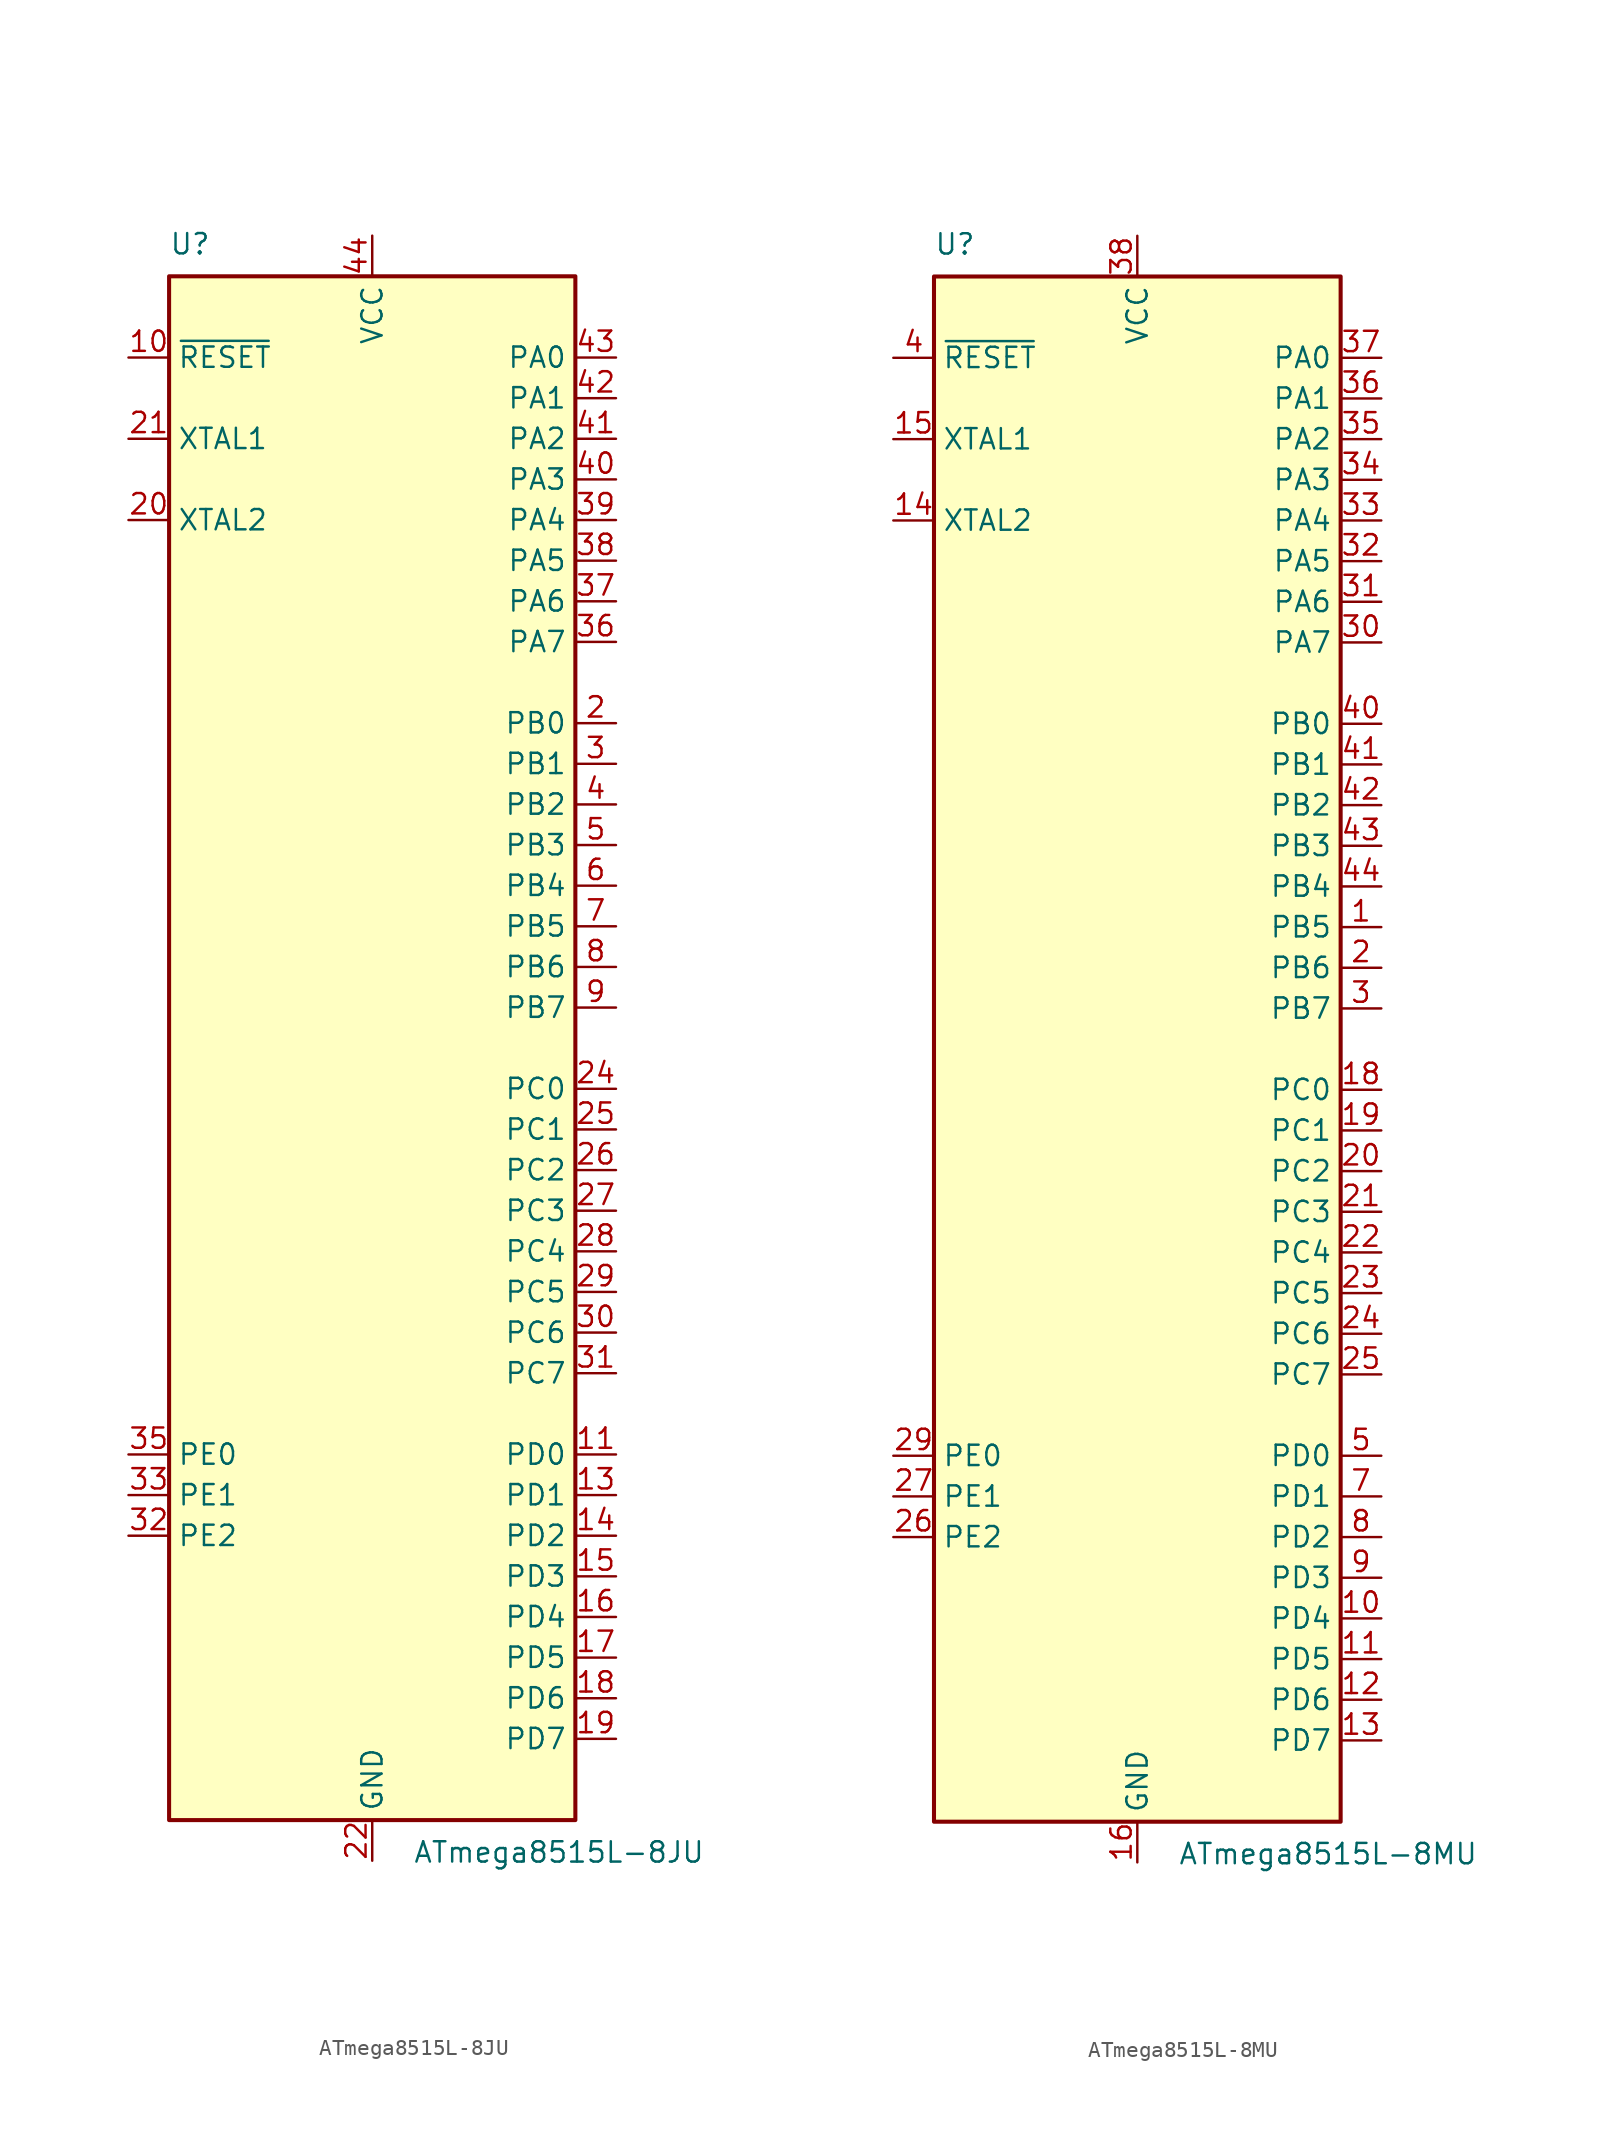
<source format=kicad_sym>
(kicad_symbol_lib
  (version 20211014)
  (generator kicad_symbol_editor)
  (symbol "ATmega8515L-8JU"
    (property "Reference" "U"
      (at -12.7 49.53 0)
      (effects (font (size 1.27 1.27)) (justify left bottom)))
    (property "Value" "ATmega8515L-8JU"
      (at 2.54 -49.53 0)
      (effects (font (size 1.27 1.27)) (justify left top)))
    (symbol "ATmega8515L-8JU_0_1"
      (rectangle (start -12.7 -48.26) (end 12.7 48.26) (stroke (width 0.254) (type default) (color 0 0 0 0)) (fill (type background))))
    (symbol "ATmega8515L-8JU_1_1"
      (pin no_connect line (at -12.7 -38.1 0) (length 2.54) hide (name "NC" (effects (font (size 1.27 1.27)))) (number "1" (effects (font (size 1.27 1.27)))))
      (pin input line (at -15.24 43.18 0) (length 2.54) (name "~{RESET}" (effects (font (size 1.27 1.27)))) (number "10" (effects (font (size 1.27 1.27)))))
      (pin bidirectional line (at 15.24 -25.4 180) (length 2.54) (name "PD0" (effects (font (size 1.27 1.27)))) (number "11" (effects (font (size 1.27 1.27)))))
      (pin no_connect line (at -12.7 -40.64 0) (length 2.54) hide (name "NC" (effects (font (size 1.27 1.27)))) (number "12" (effects (font (size 1.27 1.27)))))
      (pin bidirectional line (at 15.24 -27.94 180) (length 2.54) (name "PD1" (effects (font (size 1.27 1.27)))) (number "13" (effects (font (size 1.27 1.27)))))
      (pin bidirectional line (at 15.24 -30.48 180) (length 2.54) (name "PD2" (effects (font (size 1.27 1.27)))) (number "14" (effects (font (size 1.27 1.27)))))
      (pin bidirectional line (at 15.24 -33.02 180) (length 2.54) (name "PD3" (effects (font (size 1.27 1.27)))) (number "15" (effects (font (size 1.27 1.27)))))
      (pin bidirectional line (at 15.24 -35.56 180) (length 2.54) (name "PD4" (effects (font (size 1.27 1.27)))) (number "16" (effects (font (size 1.27 1.27)))))
      (pin bidirectional line (at 15.24 -38.1 180) (length 2.54) (name "PD5" (effects (font (size 1.27 1.27)))) (number "17" (effects (font (size 1.27 1.27)))))
      (pin bidirectional line (at 15.24 -40.64 180) (length 2.54) (name "PD6" (effects (font (size 1.27 1.27)))) (number "18" (effects (font (size 1.27 1.27)))))
      (pin bidirectional line (at 15.24 -43.18 180) (length 2.54) (name "PD7" (effects (font (size 1.27 1.27)))) (number "19" (effects (font (size 1.27 1.27)))))
      (pin bidirectional line (at 15.24 20.32 180) (length 2.54) (name "PB0" (effects (font (size 1.27 1.27)))) (number "2" (effects (font (size 1.27 1.27)))))
      (pin output line (at -15.24 33.02 0) (length 2.54) (name "XTAL2" (effects (font (size 1.27 1.27)))) (number "20" (effects (font (size 1.27 1.27)))))
      (pin input line (at -15.24 38.1 0) (length 2.54) (name "XTAL1" (effects (font (size 1.27 1.27)))) (number "21" (effects (font (size 1.27 1.27)))))
      (pin power_in line (at 0 -50.8 90) (length 2.54) (name "GND" (effects (font (size 1.27 1.27)))) (number "22" (effects (font (size 1.27 1.27)))))
      (pin no_connect line (at -12.7 -43.18 0) (length 2.54) hide (name "NC" (effects (font (size 1.27 1.27)))) (number "23" (effects (font (size 1.27 1.27)))))
      (pin bidirectional line (at 15.24 -2.54 180) (length 2.54) (name "PC0" (effects (font (size 1.27 1.27)))) (number "24" (effects (font (size 1.27 1.27)))))
      (pin bidirectional line (at 15.24 -5.08 180) (length 2.54) (name "PC1" (effects (font (size 1.27 1.27)))) (number "25" (effects (font (size 1.27 1.27)))))
      (pin bidirectional line (at 15.24 -7.62 180) (length 2.54) (name "PC2" (effects (font (size 1.27 1.27)))) (number "26" (effects (font (size 1.27 1.27)))))
      (pin bidirectional line (at 15.24 -10.16 180) (length 2.54) (name "PC3" (effects (font (size 1.27 1.27)))) (number "27" (effects (font (size 1.27 1.27)))))
      (pin bidirectional line (at 15.24 -12.7 180) (length 2.54) (name "PC4" (effects (font (size 1.27 1.27)))) (number "28" (effects (font (size 1.27 1.27)))))
      (pin bidirectional line (at 15.24 -15.24 180) (length 2.54) (name "PC5" (effects (font (size 1.27 1.27)))) (number "29" (effects (font (size 1.27 1.27)))))
      (pin bidirectional line (at 15.24 17.78 180) (length 2.54) (name "PB1" (effects (font (size 1.27 1.27)))) (number "3" (effects (font (size 1.27 1.27)))))
      (pin bidirectional line (at 15.24 -17.78 180) (length 2.54) (name "PC6" (effects (font (size 1.27 1.27)))) (number "30" (effects (font (size 1.27 1.27)))))
      (pin bidirectional line (at 15.24 -20.32 180) (length 2.54) (name "PC7" (effects (font (size 1.27 1.27)))) (number "31" (effects (font (size 1.27 1.27)))))
      (pin bidirectional line (at -15.24 -30.48 0) (length 2.54) (name "PE2" (effects (font (size 1.27 1.27)))) (number "32" (effects (font (size 1.27 1.27)))))
      (pin bidirectional line (at -15.24 -27.94 0) (length 2.54) (name "PE1" (effects (font (size 1.27 1.27)))) (number "33" (effects (font (size 1.27 1.27)))))
      (pin no_connect line (at -12.7 -45.72 0) (length 2.54) hide (name "NC" (effects (font (size 1.27 1.27)))) (number "34" (effects (font (size 1.27 1.27)))))
      (pin bidirectional line (at -15.24 -25.4 0) (length 2.54) (name "PE0" (effects (font (size 1.27 1.27)))) (number "35" (effects (font (size 1.27 1.27)))))
      (pin bidirectional line (at 15.24 25.4 180) (length 2.54) (name "PA7" (effects (font (size 1.27 1.27)))) (number "36" (effects (font (size 1.27 1.27)))))
      (pin bidirectional line (at 15.24 27.94 180) (length 2.54) (name "PA6" (effects (font (size 1.27 1.27)))) (number "37" (effects (font (size 1.27 1.27)))))
      (pin bidirectional line (at 15.24 30.48 180) (length 2.54) (name "PA5" (effects (font (size 1.27 1.27)))) (number "38" (effects (font (size 1.27 1.27)))))
      (pin bidirectional line (at 15.24 33.02 180) (length 2.54) (name "PA4" (effects (font (size 1.27 1.27)))) (number "39" (effects (font (size 1.27 1.27)))))
      (pin bidirectional line (at 15.24 15.24 180) (length 2.54) (name "PB2" (effects (font (size 1.27 1.27)))) (number "4" (effects (font (size 1.27 1.27)))))
      (pin bidirectional line (at 15.24 35.56 180) (length 2.54) (name "PA3" (effects (font (size 1.27 1.27)))) (number "40" (effects (font (size 1.27 1.27)))))
      (pin bidirectional line (at 15.24 38.1 180) (length 2.54) (name "PA2" (effects (font (size 1.27 1.27)))) (number "41" (effects (font (size 1.27 1.27)))))
      (pin bidirectional line (at 15.24 40.64 180) (length 2.54) (name "PA1" (effects (font (size 1.27 1.27)))) (number "42" (effects (font (size 1.27 1.27)))))
      (pin bidirectional line (at 15.24 43.18 180) (length 2.54) (name "PA0" (effects (font (size 1.27 1.27)))) (number "43" (effects (font (size 1.27 1.27)))))
      (pin power_in line (at 0 50.8 270) (length 2.54) (name "VCC" (effects (font (size 1.27 1.27)))) (number "44" (effects (font (size 1.27 1.27)))))
      (pin bidirectional line (at 15.24 12.7 180) (length 2.54) (name "PB3" (effects (font (size 1.27 1.27)))) (number "5" (effects (font (size 1.27 1.27)))))
      (pin bidirectional line (at 15.24 10.16 180) (length 2.54) (name "PB4" (effects (font (size 1.27 1.27)))) (number "6" (effects (font (size 1.27 1.27)))))
      (pin bidirectional line (at 15.24 7.62 180) (length 2.54) (name "PB5" (effects (font (size 1.27 1.27)))) (number "7" (effects (font (size 1.27 1.27)))))
      (pin bidirectional line (at 15.24 5.08 180) (length 2.54) (name "PB6" (effects (font (size 1.27 1.27)))) (number "8" (effects (font (size 1.27 1.27)))))
      (pin bidirectional line (at 15.24 2.54 180) (length 2.54) (name "PB7" (effects (font (size 1.27 1.27)))) (number "9" (effects (font (size 1.27 1.27)))))))
  (symbol "ATmega8515L-8MU"
    (property "Reference" "U"
      (at -12.7 49.53 0)
      (effects (font (size 1.27 1.27)) (justify left bottom)))
    (property "Value" "ATmega8515L-8MU"
      (at 2.54 -49.53 0)
      (effects (font (size 1.27 1.27)) (justify left top)))
    (symbol "ATmega8515L-8MU_0_1"
      (rectangle (start -12.7 -48.26) (end 12.7 48.26) (stroke (width 0.254) (type default) (color 0 0 0 0)) (fill (type background))))
    (symbol "ATmega8515L-8MU_1_1"
      (pin bidirectional line (at 15.24 7.62 180) (length 2.54) (name "PB5" (effects (font (size 1.27 1.27)))) (number "1" (effects (font (size 1.27 1.27)))))
      (pin bidirectional line (at 15.24 -35.56 180) (length 2.54) (name "PD4" (effects (font (size 1.27 1.27)))) (number "10" (effects (font (size 1.27 1.27)))))
      (pin bidirectional line (at 15.24 -38.1 180) (length 2.54) (name "PD5" (effects (font (size 1.27 1.27)))) (number "11" (effects (font (size 1.27 1.27)))))
      (pin bidirectional line (at 15.24 -40.64 180) (length 2.54) (name "PD6" (effects (font (size 1.27 1.27)))) (number "12" (effects (font (size 1.27 1.27)))))
      (pin bidirectional line (at 15.24 -43.18 180) (length 2.54) (name "PD7" (effects (font (size 1.27 1.27)))) (number "13" (effects (font (size 1.27 1.27)))))
      (pin output line (at -15.24 33.02 0) (length 2.54) (name "XTAL2" (effects (font (size 1.27 1.27)))) (number "14" (effects (font (size 1.27 1.27)))))
      (pin input line (at -15.24 38.1 0) (length 2.54) (name "XTAL1" (effects (font (size 1.27 1.27)))) (number "15" (effects (font (size 1.27 1.27)))))
      (pin power_in line (at 0 -50.8 90) (length 2.54) (name "GND" (effects (font (size 1.27 1.27)))) (number "16" (effects (font (size 1.27 1.27)))))
      (pin no_connect line (at -12.7 -40.64 0) (length 2.54) hide (name "NC" (effects (font (size 1.27 1.27)))) (number "17" (effects (font (size 1.27 1.27)))))
      (pin bidirectional line (at 15.24 -2.54 180) (length 2.54) (name "PC0" (effects (font (size 1.27 1.27)))) (number "18" (effects (font (size 1.27 1.27)))))
      (pin bidirectional line (at 15.24 -5.08 180) (length 2.54) (name "PC1" (effects (font (size 1.27 1.27)))) (number "19" (effects (font (size 1.27 1.27)))))
      (pin bidirectional line (at 15.24 5.08 180) (length 2.54) (name "PB6" (effects (font (size 1.27 1.27)))) (number "2" (effects (font (size 1.27 1.27)))))
      (pin bidirectional line (at 15.24 -7.62 180) (length 2.54) (name "PC2" (effects (font (size 1.27 1.27)))) (number "20" (effects (font (size 1.27 1.27)))))
      (pin bidirectional line (at 15.24 -10.16 180) (length 2.54) (name "PC3" (effects (font (size 1.27 1.27)))) (number "21" (effects (font (size 1.27 1.27)))))
      (pin bidirectional line (at 15.24 -12.7 180) (length 2.54) (name "PC4" (effects (font (size 1.27 1.27)))) (number "22" (effects (font (size 1.27 1.27)))))
      (pin bidirectional line (at 15.24 -15.24 180) (length 2.54) (name "PC5" (effects (font (size 1.27 1.27)))) (number "23" (effects (font (size 1.27 1.27)))))
      (pin bidirectional line (at 15.24 -17.78 180) (length 2.54) (name "PC6" (effects (font (size 1.27 1.27)))) (number "24" (effects (font (size 1.27 1.27)))))
      (pin bidirectional line (at 15.24 -20.32 180) (length 2.54) (name "PC7" (effects (font (size 1.27 1.27)))) (number "25" (effects (font (size 1.27 1.27)))))
      (pin bidirectional line (at -15.24 -30.48 0) (length 2.54) (name "PE2" (effects (font (size 1.27 1.27)))) (number "26" (effects (font (size 1.27 1.27)))))
      (pin bidirectional line (at -15.24 -27.94 0) (length 2.54) (name "PE1" (effects (font (size 1.27 1.27)))) (number "27" (effects (font (size 1.27 1.27)))))
      (pin no_connect line (at -12.7 -43.18 0) (length 2.54) hide (name "NC" (effects (font (size 1.27 1.27)))) (number "28" (effects (font (size 1.27 1.27)))))
      (pin bidirectional line (at -15.24 -25.4 0) (length 2.54) (name "PE0" (effects (font (size 1.27 1.27)))) (number "29" (effects (font (size 1.27 1.27)))))
      (pin bidirectional line (at 15.24 2.54 180) (length 2.54) (name "PB7" (effects (font (size 1.27 1.27)))) (number "3" (effects (font (size 1.27 1.27)))))
      (pin bidirectional line (at 15.24 25.4 180) (length 2.54) (name "PA7" (effects (font (size 1.27 1.27)))) (number "30" (effects (font (size 1.27 1.27)))))
      (pin bidirectional line (at 15.24 27.94 180) (length 2.54) (name "PA6" (effects (font (size 1.27 1.27)))) (number "31" (effects (font (size 1.27 1.27)))))
      (pin bidirectional line (at 15.24 30.48 180) (length 2.54) (name "PA5" (effects (font (size 1.27 1.27)))) (number "32" (effects (font (size 1.27 1.27)))))
      (pin bidirectional line (at 15.24 33.02 180) (length 2.54) (name "PA4" (effects (font (size 1.27 1.27)))) (number "33" (effects (font (size 1.27 1.27)))))
      (pin bidirectional line (at 15.24 35.56 180) (length 2.54) (name "PA3" (effects (font (size 1.27 1.27)))) (number "34" (effects (font (size 1.27 1.27)))))
      (pin bidirectional line (at 15.24 38.1 180) (length 2.54) (name "PA2" (effects (font (size 1.27 1.27)))) (number "35" (effects (font (size 1.27 1.27)))))
      (pin bidirectional line (at 15.24 40.64 180) (length 2.54) (name "PA1" (effects (font (size 1.27 1.27)))) (number "36" (effects (font (size 1.27 1.27)))))
      (pin bidirectional line (at 15.24 43.18 180) (length 2.54) (name "PA0" (effects (font (size 1.27 1.27)))) (number "37" (effects (font (size 1.27 1.27)))))
      (pin power_in line (at 0 50.8 270) (length 2.54) (name "VCC" (effects (font (size 1.27 1.27)))) (number "38" (effects (font (size 1.27 1.27)))))
      (pin no_connect line (at -12.7 -45.72 0) (length 2.54) hide (name "NC" (effects (font (size 1.27 1.27)))) (number "39" (effects (font (size 1.27 1.27)))))
      (pin input line (at -15.24 43.18 0) (length 2.54) (name "~{RESET}" (effects (font (size 1.27 1.27)))) (number "4" (effects (font (size 1.27 1.27)))))
      (pin bidirectional line (at 15.24 20.32 180) (length 2.54) (name "PB0" (effects (font (size 1.27 1.27)))) (number "40" (effects (font (size 1.27 1.27)))))
      (pin bidirectional line (at 15.24 17.78 180) (length 2.54) (name "PB1" (effects (font (size 1.27 1.27)))) (number "41" (effects (font (size 1.27 1.27)))))
      (pin bidirectional line (at 15.24 15.24 180) (length 2.54) (name "PB2" (effects (font (size 1.27 1.27)))) (number "42" (effects (font (size 1.27 1.27)))))
      (pin bidirectional line (at 15.24 12.7 180) (length 2.54) (name "PB3" (effects (font (size 1.27 1.27)))) (number "43" (effects (font (size 1.27 1.27)))))
      (pin bidirectional line (at 15.24 10.16 180) (length 2.54) (name "PB4" (effects (font (size 1.27 1.27)))) (number "44" (effects (font (size 1.27 1.27)))))
      (pin passive line (at 0 -50.8 90) (length 2.54) hide (name "GND" (effects (font (size 1.27 1.27)))) (number "45" (effects (font (size 1.27 1.27)))))
      (pin bidirectional line (at 15.24 -25.4 180) (length 2.54) (name "PD0" (effects (font (size 1.27 1.27)))) (number "5" (effects (font (size 1.27 1.27)))))
      (pin no_connect line (at -12.7 -38.1 0) (length 2.54) hide (name "NC" (effects (font (size 1.27 1.27)))) (number "6" (effects (font (size 1.27 1.27)))))
      (pin bidirectional line (at 15.24 -27.94 180) (length 2.54) (name "PD1" (effects (font (size 1.27 1.27)))) (number "7" (effects (font (size 1.27 1.27)))))
      (pin bidirectional line (at 15.24 -30.48 180) (length 2.54) (name "PD2" (effects (font (size 1.27 1.27)))) (number "8" (effects (font (size 1.27 1.27)))))
      (pin bidirectional line (at 15.24 -33.02 180) (length 2.54) (name "PD3" (effects (font (size 1.27 1.27)))) (number "9" (effects (font (size 1.27 1.27))))))))
</source>
